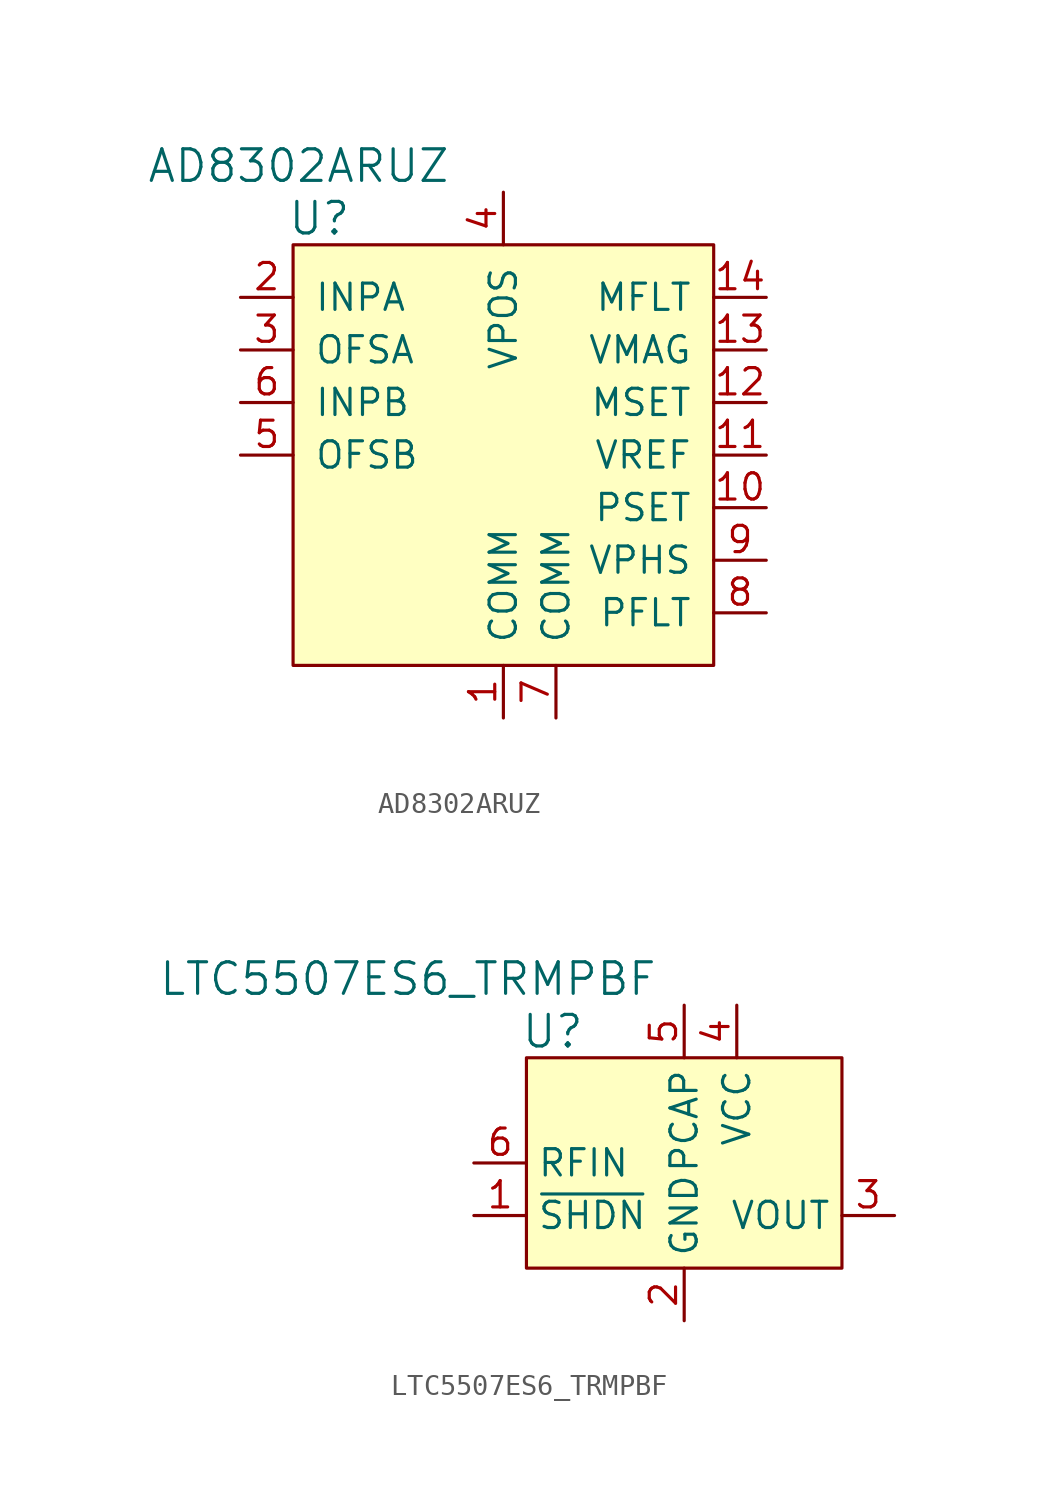
<source format=kicad_sym>
(kicad_symbol_lib
  (version 20201005)
  (generator kicad_symbol_editor)
  (symbol "AD8302ARUZ"
    (pin_names
      (offset 1.016))
    (property "Reference" "U"
      (at -8.89 11.43 0)
      (effects (font (size 1.524 1.524))))
    (property "Value" "AD8302ARUZ"
      (at -2.54 13.97 0)
      (effects (font (size 1.524 1.524)) (justify right)))
    (symbol "AD8302ARUZ_0_1"
      (rectangle (start -10.16 10.16) (end 10.16 -10.16) (stroke (width 0)) (fill (type background))))
    (symbol "AD8302ARUZ_1_1"
      (pin power_in line (at 0 -12.7 90) (length 2.54) (name "COMM" (effects (font (size 1.27 1.27)))) (number "1" (effects (font (size 1.27 1.27)))))
      (pin input line (at -12.7 7.62 0) (length 2.54) (name "INPA" (effects (font (size 1.27 1.27)))) (number "2" (effects (font (size 1.27 1.27)))))
      (pin passive line (at -12.7 5.08 0) (length 2.54) (name "OFSA" (effects (font (size 1.27 1.27)))) (number "3" (effects (font (size 1.27 1.27)))))
      (pin power_in line (at 0 12.7 270) (length 2.54) (name "VPOS" (effects (font (size 1.27 1.27)))) (number "4" (effects (font (size 1.27 1.27)))))
      (pin passive line (at -12.7 0 0) (length 2.54) (name "OFSB" (effects (font (size 1.27 1.27)))) (number "5" (effects (font (size 1.27 1.27)))))
      (pin input line (at -12.7 2.54 0) (length 2.54) (name "INPB" (effects (font (size 1.27 1.27)))) (number "6" (effects (font (size 1.27 1.27)))))
      (pin power_in line (at 2.54 -12.7 90) (length 2.54) (name "COMM" (effects (font (size 1.27 1.27)))) (number "7" (effects (font (size 1.27 1.27)))))
      (pin passive line (at 12.7 -7.62 180) (length 2.54) (name "PFLT" (effects (font (size 1.27 1.27)))) (number "8" (effects (font (size 1.27 1.27)))))
      (pin output line (at 12.7 -5.08 180) (length 2.54) (name "VPHS" (effects (font (size 1.27 1.27)))) (number "9" (effects (font (size 1.27 1.27)))))
      (pin input line (at 12.7 -2.54 180) (length 2.54) (name "PSET" (effects (font (size 1.27 1.27)))) (number "10" (effects (font (size 1.27 1.27)))))
      (pin output line (at 12.7 0 180) (length 2.54) (name "VREF" (effects (font (size 1.27 1.27)))) (number "11" (effects (font (size 1.27 1.27)))))
      (pin input line (at 12.7 2.54 180) (length 2.54) (name "MSET" (effects (font (size 1.27 1.27)))) (number "12" (effects (font (size 1.27 1.27)))))
      (pin output line (at 12.7 5.08 180) (length 2.54) (name "VMAG" (effects (font (size 1.27 1.27)))) (number "13" (effects (font (size 1.27 1.27)))))
      (pin passive line (at 12.7 7.62 180) (length 2.54) (name "MFLT" (effects (font (size 1.27 1.27)))) (number "14" (effects (font (size 1.27 1.27)))))))
  (symbol "LTC5507ES6_TRMPBF"
    (property "Reference" "U"
      (at -6.35 1.27 0)
      (effects (font (size 1.524 1.524))))
    (property "Value" "LTC5507ES6_TRMPBF"
      (at -1.27 3.81 0)
      (effects (font (size 1.524 1.524)) (justify right)))
    (symbol "LTC5507ES6_TRMPBF_0_1"
      (rectangle (start -7.62 0) (end 7.62 -10.16) (stroke (width 0)) (fill (type background))))
    (symbol "LTC5507ES6_TRMPBF_1_1"
      (pin input line (at -10.16 -7.62 0) (length 2.54) (name "~SHDN" (effects (font (size 1.27 1.27)))) (number "1" (effects (font (size 1.27 1.27)))))
      (pin power_in line (at 0 -12.7 90) (length 2.54) (name "GND" (effects (font (size 1.27 1.27)))) (number "2" (effects (font (size 1.27 1.27)))))
      (pin output line (at 10.16 -7.62 180) (length 2.54) (name "VOUT" (effects (font (size 1.27 1.27)))) (number "3" (effects (font (size 1.27 1.27)))))
      (pin power_in line (at 2.54 2.54 270) (length 2.54) (name "VCC" (effects (font (size 1.27 1.27)))) (number "4" (effects (font (size 1.27 1.27)))))
      (pin passive line (at 0 2.54 270) (length 2.54) (name "PCAP" (effects (font (size 1.27 1.27)))) (number "5" (effects (font (size 1.27 1.27)))))
      (pin input line (at -10.16 -5.08 0) (length 2.54) (name "RFIN" (effects (font (size 1.27 1.27)))) (number "6" (effects (font (size 1.27 1.27))))))))
</source>
